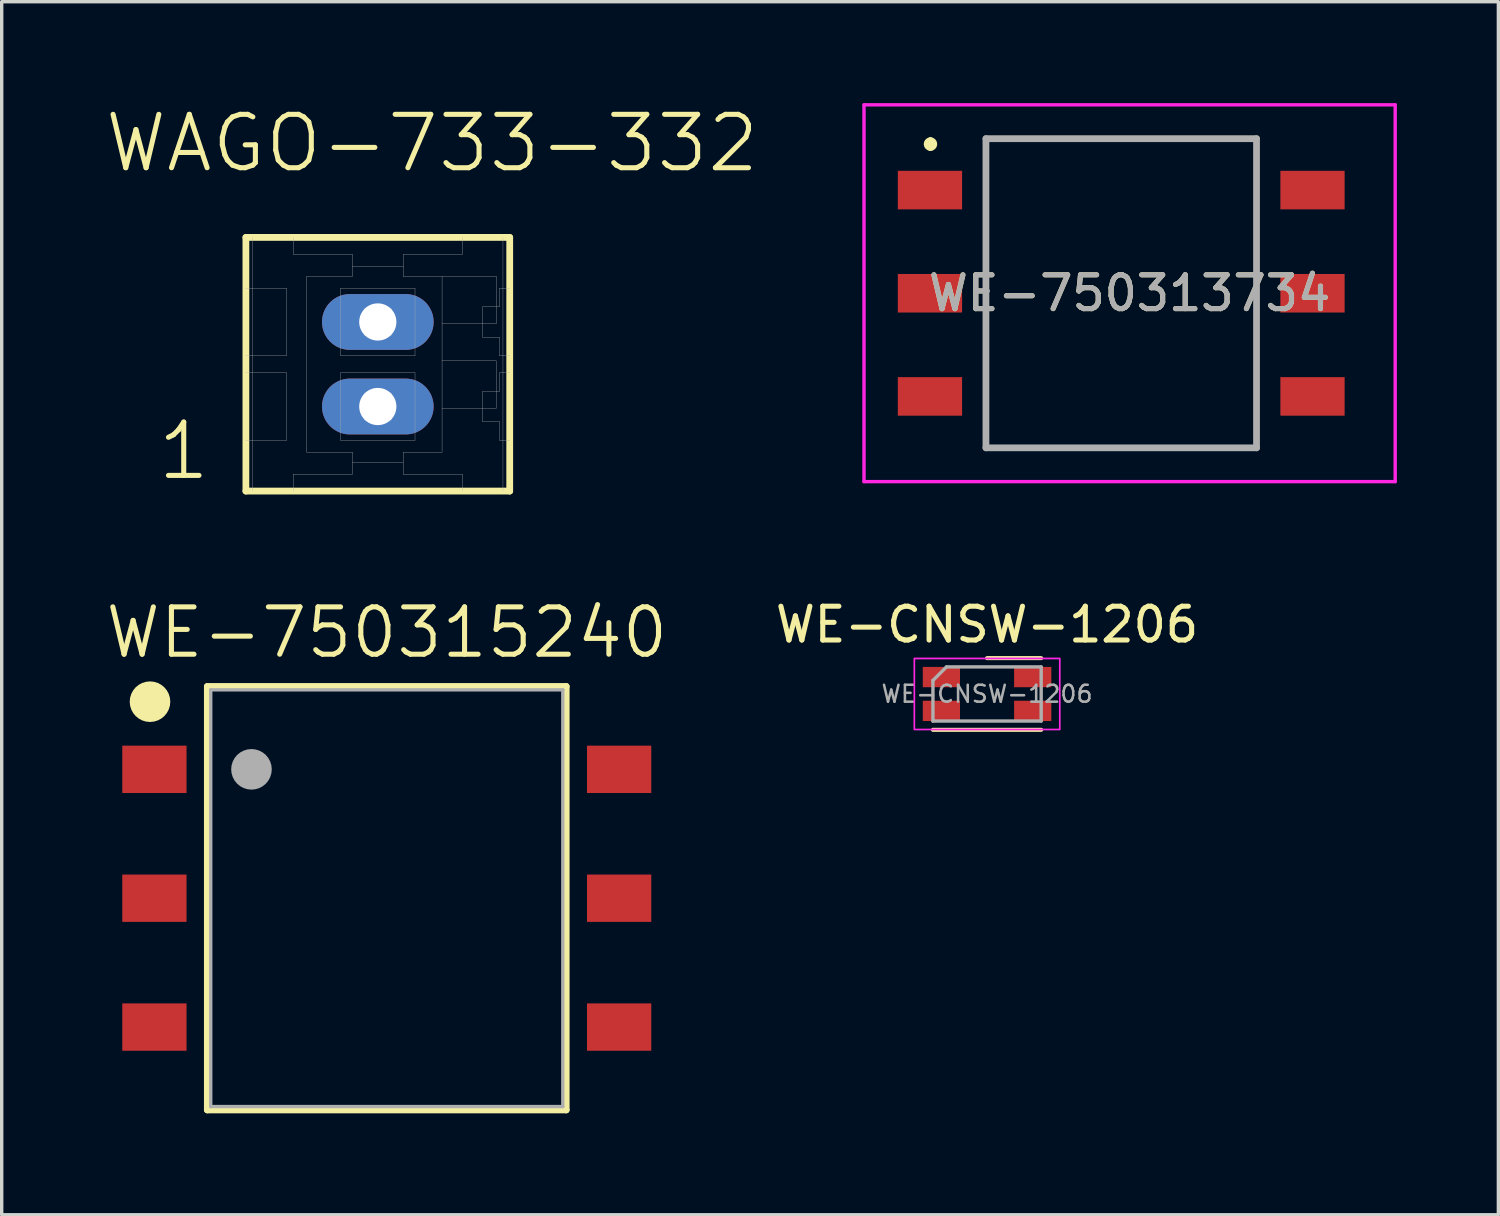
<source format=kicad_pcb>
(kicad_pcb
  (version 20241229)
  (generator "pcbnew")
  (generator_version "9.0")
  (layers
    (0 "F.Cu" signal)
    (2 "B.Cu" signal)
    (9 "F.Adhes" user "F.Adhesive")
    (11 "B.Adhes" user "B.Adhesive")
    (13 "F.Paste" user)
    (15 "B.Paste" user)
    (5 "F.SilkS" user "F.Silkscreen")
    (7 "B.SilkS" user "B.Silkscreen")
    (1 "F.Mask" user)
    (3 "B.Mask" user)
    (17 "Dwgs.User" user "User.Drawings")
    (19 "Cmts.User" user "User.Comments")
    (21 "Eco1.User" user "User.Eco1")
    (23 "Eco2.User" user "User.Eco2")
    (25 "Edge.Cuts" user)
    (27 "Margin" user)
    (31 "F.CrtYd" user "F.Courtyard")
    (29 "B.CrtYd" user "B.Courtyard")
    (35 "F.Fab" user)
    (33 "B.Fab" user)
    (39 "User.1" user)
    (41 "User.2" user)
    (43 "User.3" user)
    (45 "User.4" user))
  (footprint "WAGO-733-332"
    (layer "F.Cu")
    (at 8.12 7.719)
    (property "Reference" "WAGO-733-332" (at 1.603 -6.533 0) (layer "F.SilkS") (effects (font (size 1.578 1.578) (thickness 0.15))))
    (attr through_hole)
    (fp_line (start -3.9 -3.75) (end -3.9 3.75) (stroke (width 0.2) (type solid)) (layer "F.SilkS"))
    (fp_line (start -3.9 -3.75) (end 3.9 -3.75) (stroke (width 0.2) (type solid)) (layer "F.SilkS"))
    (fp_line (start 3.9 -3.75) (end 3.9 3.75) (stroke (width 0.2) (type solid)) (layer "F.SilkS"))
    (fp_line (start 3.9 3.75) (end -3.9 3.75) (stroke (width 0.2) (type solid)) (layer "F.SilkS"))
    (fp_line (start -3.9 -2.25) (end -3.7 -2.25) (stroke (width 0.01) (type solid)) (layer "F.Fab"))
    (fp_line (start -3.9 0.25) (end -3.7 0.25) (stroke (width 0.01) (type solid)) (layer "F.Fab"))
    (fp_line (start -3.7 -3.75) (end -3.7 -2.25) (stroke (width 0.01) (type solid)) (layer "F.Fab"))
    (fp_line (start -3.7 -2.25) (end -3.7 -0.25) (stroke (width 0.01) (type solid)) (layer "F.Fab"))
    (fp_line (start -3.7 -2.25) (end -2.7 -2.25) (stroke (width 0.01) (type solid)) (layer "F.Fab"))
    (fp_line (start -3.7 -0.25) (end -3.9 -0.25) (stroke (width 0.01) (type solid)) (layer "F.Fab"))
    (fp_line (start -3.7 -0.25) (end -3.7 0.25) (stroke (width 0.01) (type solid)) (layer "F.Fab"))
    (fp_line (start -3.7 0.25) (end -3.7 2.25) (stroke (width 0.01) (type solid)) (layer "F.Fab"))
    (fp_line (start -3.7 0.25) (end -2.7 0.25) (stroke (width 0.01) (type solid)) (layer "F.Fab"))
    (fp_line (start -3.7 2.25) (end -3.9 2.25) (stroke (width 0.01) (type solid)) (layer "F.Fab"))
    (fp_line (start -3.7 2.25) (end -3.7 3.75) (stroke (width 0.01) (type solid)) (layer "F.Fab"))
    (fp_line (start -2.7 -2.25) (end -2.7 -0.25) (stroke (width 0.01) (type solid)) (layer "F.Fab"))
    (fp_line (start -2.7 -0.25) (end -3.7 -0.25) (stroke (width 0.01) (type solid)) (layer "F.Fab"))
    (fp_line (start -2.7 0.25) (end -2.7 2.25) (stroke (width 0.01) (type solid)) (layer "F.Fab"))
    (fp_line (start -2.7 2.25) (end -3.7 2.25) (stroke (width 0.01) (type solid)) (layer "F.Fab"))
    (fp_line (start -2.5 -3.25) (end -2.5 -3.75) (stroke (width 0.01) (type solid)) (layer "F.Fab"))
    (fp_line (start -2.5 3.25) (end -2.5 3.75) (stroke (width 0.01) (type solid)) (layer "F.Fab"))
    (fp_line (start -2.1 -2.6) (end -0.75 -2.6) (stroke (width 0.01) (type solid)) (layer "F.Fab"))
    (fp_line (start -2.1 2.6) (end -2.1 -2.6) (stroke (width 0.01) (type solid)) (layer "F.Fab"))
    (fp_line (start -1.1 -2.25) (end 1.1 -2.25) (stroke (width 0.01) (type solid)) (layer "F.Fab"))
    (fp_line (start -1.1 -0.25) (end -1.1 -2.25) (stroke (width 0.01) (type solid)) (layer "F.Fab"))
    (fp_line (start -1.1 0.25) (end 1.1 0.25) (stroke (width 0.01) (type solid)) (layer "F.Fab"))
    (fp_line (start -1.1 2.25) (end -1.1 0.25) (stroke (width 0.01) (type solid)) (layer "F.Fab"))
    (fp_line (start -0.75 -3.25) (end -2.5 -3.25) (stroke (width 0.01) (type solid)) (layer "F.Fab"))
    (fp_line (start -0.75 -2.9) (end -0.75 -3.25) (stroke (width 0.01) (type solid)) (layer "F.Fab"))
    (fp_line (start -0.75 -2.9) (end 0.75 -2.9) (stroke (width 0.01) (type solid)) (layer "F.Fab"))
    (fp_line (start -0.75 -2.6) (end -0.75 -2.9) (stroke (width 0.01) (type solid)) (layer "F.Fab"))
    (fp_line (start -0.75 2.6) (end -2.1 2.6) (stroke (width 0.01) (type solid)) (layer "F.Fab"))
    (fp_line (start -0.75 2.9) (end -0.75 2.6) (stroke (width 0.01) (type solid)) (layer "F.Fab"))
    (fp_line (start -0.75 2.9) (end -0.75 3.25) (stroke (width 0.01) (type solid)) (layer "F.Fab"))
    (fp_line (start -0.75 3.25) (end -2.5 3.25) (stroke (width 0.01) (type solid)) (layer "F.Fab"))
    (fp_line (start -0.4 -1.65) (end 0.4 -1.65) (stroke (width 0.01) (type solid)) (layer "F.Fab"))
    (fp_line (start -0.4 -0.85) (end -0.4 -1.65) (stroke (width 0.01) (type solid)) (layer "F.Fab"))
    (fp_line (start -0.4 0.85) (end 0.4 0.85) (stroke (width 0.01) (type solid)) (layer "F.Fab"))
    (fp_line (start -0.4 1.65) (end -0.4 0.85) (stroke (width 0.01) (type solid)) (layer "F.Fab"))
    (fp_line (start 0.4 -1.65) (end 0.4 -0.85) (stroke (width 0.01) (type solid)) (layer "F.Fab"))
    (fp_line (start 0.4 -0.85) (end -0.4 -0.85) (stroke (width 0.01) (type solid)) (layer "F.Fab"))
    (fp_line (start 0.4 0.85) (end 0.4 1.65) (stroke (width 0.01) (type solid)) (layer "F.Fab"))
    (fp_line (start 0.4 1.65) (end -0.4 1.65) (stroke (width 0.01) (type solid)) (layer "F.Fab"))
    (fp_line (start 0.75 -3.25) (end 0.75 -2.9) (stroke (width 0.01) (type solid)) (layer "F.Fab"))
    (fp_line (start 0.75 -2.9) (end 0.75 -2.6) (stroke (width 0.01) (type solid)) (layer "F.Fab"))
    (fp_line (start 0.75 -2.6) (end 3.5 -2.6) (stroke (width 0.01) (type solid)) (layer "F.Fab"))
    (fp_line (start 0.75 2.6) (end 0.75 2.9) (stroke (width 0.01) (type solid)) (layer "F.Fab"))
    (fp_line (start 0.75 2.9) (end -0.75 2.9) (stroke (width 0.01) (type solid)) (layer "F.Fab"))
    (fp_line (start 0.75 3.25) (end 0.75 2.9) (stroke (width 0.01) (type solid)) (layer "F.Fab"))
    (fp_line (start 1.1 -2.25) (end 1.1 -0.25) (stroke (width 0.01) (type solid)) (layer "F.Fab"))
    (fp_line (start 1.1 -0.25) (end -1.1 -0.25) (stroke (width 0.01) (type solid)) (layer "F.Fab"))
    (fp_line (start 1.1 0.25) (end 1.1 2.25) (stroke (width 0.01) (type solid)) (layer "F.Fab"))
    (fp_line (start 1.1 2.25) (end -1.1 2.25) (stroke (width 0.01) (type solid)) (layer "F.Fab"))
    (fp_line (start 1.9 -0.1) (end 1.9 -2.6) (stroke (width 0.01) (type solid)) (layer "F.Fab"))
    (fp_line (start 1.9 -0.1) (end 3.5 -0.1) (stroke (width 0.01) (type solid)) (layer "F.Fab"))
    (fp_line (start 1.9 1.3) (end 1.9 -0.1) (stroke (width 0.01) (type solid)) (layer "F.Fab"))
    (fp_line (start 1.9 2.6) (end 0.75 2.6) (stroke (width 0.01) (type solid)) (layer "F.Fab"))
    (fp_line (start 1.9 2.6) (end 1.9 1.3) (stroke (width 0.01) (type solid)) (layer "F.Fab"))
    (fp_line (start 2.5 -3.75) (end 2.5 -3.25) (stroke (width 0.01) (type solid)) (layer "F.Fab"))
    (fp_line (start 2.5 -3.25) (end 0.75 -3.25) (stroke (width 0.01) (type solid)) (layer "F.Fab"))
    (fp_line (start 2.5 3.25) (end 0.75 3.25) (stroke (width 0.01) (type solid)) (layer "F.Fab"))
    (fp_line (start 2.5 3.75) (end 2.5 3.25) (stroke (width 0.01) (type solid)) (layer "F.Fab"))
    (fp_line (start 3.1 -1.7) (end 3.6 -1.7) (stroke (width 0.01) (type solid)) (layer "F.Fab"))
    (fp_line (start 3.1 -0.8) (end 3.1 -1.7) (stroke (width 0.01) (type solid)) (layer "F.Fab"))
    (fp_line (start 3.1 0.8) (end 3.6 0.8) (stroke (width 0.01) (type solid)) (layer "F.Fab"))
    (fp_line (start 3.1 1.7) (end 3.1 0.8) (stroke (width 0.01) (type solid)) (layer "F.Fab"))
    (fp_line (start 3.5 -2.6) (end 3.5 -1.2) (stroke (width 0.01) (type solid)) (layer "F.Fab"))
    (fp_line (start 3.5 -1.2) (end 1.9 -1.2) (stroke (width 0.01) (type solid)) (layer "F.Fab"))
    (fp_line (start 3.5 -0.1) (end 3.5 1.3) (stroke (width 0.01) (type solid)) (layer "F.Fab"))
    (fp_line (start 3.5 1.3) (end 1.9 1.3) (stroke (width 0.01) (type solid)) (layer "F.Fab"))
    (fp_line (start 3.6 -2.25) (end 3.7 -2.25) (stroke (width 0.01) (type solid)) (layer "F.Fab"))
    (fp_line (start 3.6 -1.7) (end 3.6 -2.25) (stroke (width 0.01) (type solid)) (layer "F.Fab"))
    (fp_line (start 3.6 -0.8) (end 3.1 -0.8) (stroke (width 0.01) (type solid)) (layer "F.Fab"))
    (fp_line (start 3.6 -0.25) (end 3.6 -0.8) (stroke (width 0.01) (type solid)) (layer "F.Fab"))
    (fp_line (start 3.6 0.25) (end 3.7 0.25) (stroke (width 0.01) (type solid)) (layer "F.Fab"))
    (fp_line (start 3.6 0.8) (end 3.6 0.25) (stroke (width 0.01) (type solid)) (layer "F.Fab"))
    (fp_line (start 3.6 1.7) (end 3.1 1.7) (stroke (width 0.01) (type solid)) (layer "F.Fab"))
    (fp_line (start 3.6 2.25) (end 3.6 1.7) (stroke (width 0.01) (type solid)) (layer "F.Fab"))
    (fp_line (start 3.7 -3.75) (end 3.7 -2.25) (stroke (width 0.01) (type solid)) (layer "F.Fab"))
    (fp_line (start 3.7 -2.25) (end 3.7 -0.25) (stroke (width 0.01) (type solid)) (layer "F.Fab"))
    (fp_line (start 3.7 -2.25) (end 3.9 -2.25) (stroke (width 0.01) (type solid)) (layer "F.Fab"))
    (fp_line (start 3.7 -0.25) (end 3.6 -0.25) (stroke (width 0.01) (type solid)) (layer "F.Fab"))
    (fp_line (start 3.7 -0.25) (end 3.7 0.25) (stroke (width 0.01) (type solid)) (layer "F.Fab"))
    (fp_line (start 3.7 0.25) (end 3.7 2.25) (stroke (width 0.01) (type solid)) (layer "F.Fab"))
    (fp_line (start 3.7 0.25) (end 3.9 0.25) (stroke (width 0.01) (type solid)) (layer "F.Fab"))
    (fp_line (start 3.7 2.25) (end 3.6 2.25) (stroke (width 0.01) (type solid)) (layer "F.Fab"))
    (fp_line (start 3.7 2.25) (end 3.7 3.75) (stroke (width 0.01) (type solid)) (layer "F.Fab"))
    (fp_line (start 3.9 -0.25) (end 3.7 -0.25) (stroke (width 0.01) (type solid)) (layer "F.Fab"))
    (fp_line (start 3.9 2.25) (end 3.7 2.25) (stroke (width 0.01) (type solid)) (layer "F.Fab"))
    (fp_text user "1" (at -5.738 2.564 0) (layer "F.SilkS") (effects (font (size 1.577 1.577) (thickness 0.15))))
    (pad "1" thru_hole oval (at 0 1.25) (size 3.3 1.65) (drill 1.1) (layers "*.Cu"))
    (pad "2" thru_hole oval (at 0 -1.25) (size 3.3 1.65) (drill 1.1) (layers "*.Cu")))
  (footprint "WE-750315240"
    (layer "F.Cu")
    (at 8.385 23.506)
    (property "Reference" "WE-750315240" (at 0 -7.854 0) (layer "F.SilkS") (effects (font (size 1.4 1.4) (thickness 0.15))))
    (attr smd)
    (fp_line (start -5.305 -6.26) (end 5.305 -6.26) (stroke (width 0.2) (type solid)) (layer "F.SilkS"))
    (fp_line (start -5.305 6.26) (end -5.305 -6.26) (stroke (width 0.2) (type solid)) (layer "F.SilkS"))
    (fp_line (start 5.305 -6.26) (end 5.305 6.26) (stroke (width 0.2) (type solid)) (layer "F.SilkS"))
    (fp_line (start 5.305 6.26) (end -5.305 6.26) (stroke (width 0.2) (type solid)) (layer "F.SilkS"))
    (fp_circle (center -7 -5.81) (end -6.7 -5.81) (stroke (width 0.6) (type solid)) (fill no) (layer "F.SilkS"))
    (fp_line (start -5.205 -6.16) (end -5.205 6.16) (stroke (width 0.1) (type solid)) (layer "F.Fab"))
    (fp_line (start -5.205 -6.16) (end 5.205 -6.16) (stroke (width 0.1) (type solid)) (layer "F.Fab"))
    (fp_line (start 5.205 -6.16) (end 5.205 6.16) (stroke (width 0.1) (type solid)) (layer "F.Fab"))
    (fp_line (start 5.205 6.16) (end -5.205 6.16) (stroke (width 0.1) (type solid)) (layer "F.Fab"))
    (fp_circle (center -4 -3.81) (end -3.7 -3.81) (stroke (width 0.6) (type solid)) (fill no) (layer "F.Fab"))
    (pad "1" smd rect (at -6.87 -3.81) (size 1.9 1.4) (layers "F.Cu" "F.Mask" "F.Paste"))
    (pad "2" smd rect (at -6.87 0) (size 1.9 1.4) (layers "F.Cu" "F.Mask" "F.Paste"))
    (pad "3" smd rect (at -6.87 3.81) (size 1.9 1.4) (layers "F.Cu" "F.Mask" "F.Paste"))
    (pad "4" smd rect (at 6.87 3.81) (size 1.9 1.4) (layers "F.Cu" "F.Mask" "F.Paste"))
    (pad "5" smd rect (at 6.87 0) (size 1.9 1.4) (layers "F.Cu" "F.Mask" "F.Paste"))
    (pad "6" smd rect (at 6.87 -3.81) (size 1.9 1.4) (layers "F.Cu" "F.Mask" "F.Paste")))
  (footprint "WE-750313734"
    (layer "F.Cu")
    (at 30.1 5.62)
    (property "Reference" "WE-750313734" (at 0.248 0 0) (layer "F.SilkS") (effects (font (size 1 1) (thickness 0.15))))
    (attr smd)
    (fp_line (start -5.64 -4.51) (end -5.64 -4.51) (stroke (width 0.2) (type solid)) (layer "F.SilkS"))
    (fp_line (start -5.64 -4.31) (end -5.64 -4.31) (stroke (width 0.2) (type solid)) (layer "F.SilkS"))
    (fp_line (start -4 -4.57) (end 4 -4.57) (stroke (width 0.1) (type solid)) (layer "F.SilkS"))
    (fp_line (start -4 4.57) (end -4 -4.57) (stroke (width 0.1) (type solid)) (layer "F.SilkS"))
    (fp_line (start 4 -4.57) (end 4 4.57) (stroke (width 0.1) (type solid)) (layer "F.SilkS"))
    (fp_line (start 4 4.57) (end -4 4.57) (stroke (width 0.1) (type solid)) (layer "F.SilkS"))
    (fp_arc (start -5.64 -4.51) (mid -5.54 -4.41) (end -5.64 -4.31) (stroke (width 0.2) (type solid)) (layer "F.SilkS"))
    (fp_arc (start -5.64 -4.31) (mid -5.74 -4.41) (end -5.64 -4.51) (stroke (width 0.2) (type solid)) (layer "F.SilkS"))
    (fp_line (start -7.605 -5.57) (end 8.1 -5.57) (stroke (width 0.1) (type solid)) (layer "F.CrtYd"))
    (fp_line (start -7.605 5.57) (end -7.605 -5.57) (stroke (width 0.1) (type solid)) (layer "F.CrtYd"))
    (fp_line (start 8.1 -5.57) (end 8.1 5.57) (stroke (width 0.1) (type solid)) (layer "F.CrtYd"))
    (fp_line (start 8.1 5.57) (end -7.605 5.57) (stroke (width 0.1) (type solid)) (layer "F.CrtYd"))
    (fp_line (start -4 -4.57) (end 4 -4.57) (stroke (width 0.2) (type solid)) (layer "F.Fab"))
    (fp_line (start -4 4.57) (end -4 -4.57) (stroke (width 0.2) (type solid)) (layer "F.Fab"))
    (fp_line (start 4 -4.57) (end 4 4.57) (stroke (width 0.2) (type solid)) (layer "F.Fab"))
    (fp_line (start 4 4.57) (end -4 4.57) (stroke (width 0.2) (type solid)) (layer "F.Fab"))
    (fp_text user "${REFERENCE}" (at 0.248 0 0) (layer "F.Fab") (effects (font (size 1 1) (thickness 0.15))))
    (pad "1" smd rect (at -5.655 -3.05 90) (size 1.14 1.9) (layers "F.Cu" "F.Mask" "F.Paste"))
    (pad "2" smd rect (at -5.655 0 90) (size 1.14 1.9) (layers "F.Cu" "F.Mask" "F.Paste"))
    (pad "3" smd rect (at -5.655 3.05 90) (size 1.14 1.9) (layers "F.Cu" "F.Mask" "F.Paste"))
    (pad "4" smd rect (at 5.655 3.05 90) (size 1.14 1.9) (layers "F.Cu" "F.Mask" "F.Paste"))
    (pad "5" smd rect (at 5.655 0 90) (size 1.14 1.9) (layers "F.Cu" "F.Mask" "F.Paste"))
    (pad "6" smd rect (at 5.655 -3.05 90) (size 1.14 1.9) (layers "F.Cu" "F.Mask" "F.Paste")))
  (footprint "WE-CNSW-1206"
    (layer "F.Cu")
    (at 26.133 17.468)
    (property "Reference" "WE-CNSW-1206" (at 0 -2.05 0) (unlocked yes) (layer "F.SilkS") (effects (font (size 1 1) (thickness 0.15))))
    (attr smd)
    (fp_line (start -1.6 1.06) (end 1.6 1.06) (stroke (width 0.12) (type solid)) (layer "F.SilkS"))
    (fp_line (start 0 -1.06) (end 1.6 -1.06) (stroke (width 0.12) (type solid)) (layer "F.SilkS"))
    (fp_rect (start -2.15 -1.05) (end 2.15 1.05) (stroke (width 0.05) (type solid)) (fill no) (layer "F.CrtYd"))
    (fp_line (start -1.6 -0.4) (end -1.6 0.8) (stroke (width 0.1) (type solid)) (layer "F.Fab"))
    (fp_line (start -1.6 0.8) (end 1.6 0.8) (stroke (width 0.1) (type solid)) (layer "F.Fab"))
    (fp_line (start -1.2 -0.8) (end -1.6 -0.4) (stroke (width 0.1) (type solid)) (layer "F.Fab"))
    (fp_line (start 1.6 -0.8) (end -1.2 -0.8) (stroke (width 0.1) (type solid)) (layer "F.Fab"))
    (fp_line (start 1.6 0.8) (end 1.6 -0.8) (stroke (width 0.1) (type solid)) (layer "F.Fab"))
    (fp_text user "${REFERENCE}" (at 0 0 0) (unlocked yes) (layer "F.Fab") (effects (font (size 0.5 0.5) (thickness 0.075))))
    (pad "1" smd rect (at -1.35 -0.5) (size 1.1 0.6) (layers "F.Cu" "F.Mask" "F.Paste"))
    (pad "2" smd rect (at 1.35 -0.5) (size 1.1 0.6) (layers "F.Cu" "F.Mask" "F.Paste"))
    (pad "3" smd rect (at 1.35 0.5) (size 1.1 0.6) (layers "F.Cu" "F.Mask" "F.Paste"))
    (pad "4" smd rect (at -1.35 0.5) (size 1.1 0.6) (layers "F.Cu" "F.Mask" "F.Paste")))
  (gr_rect
    (start -3 -3)
    (end 41.25 32.866)
    (stroke (width 0.1) (type default))
    (fill no)
    (layer "Edge.Cuts")))
</source>
